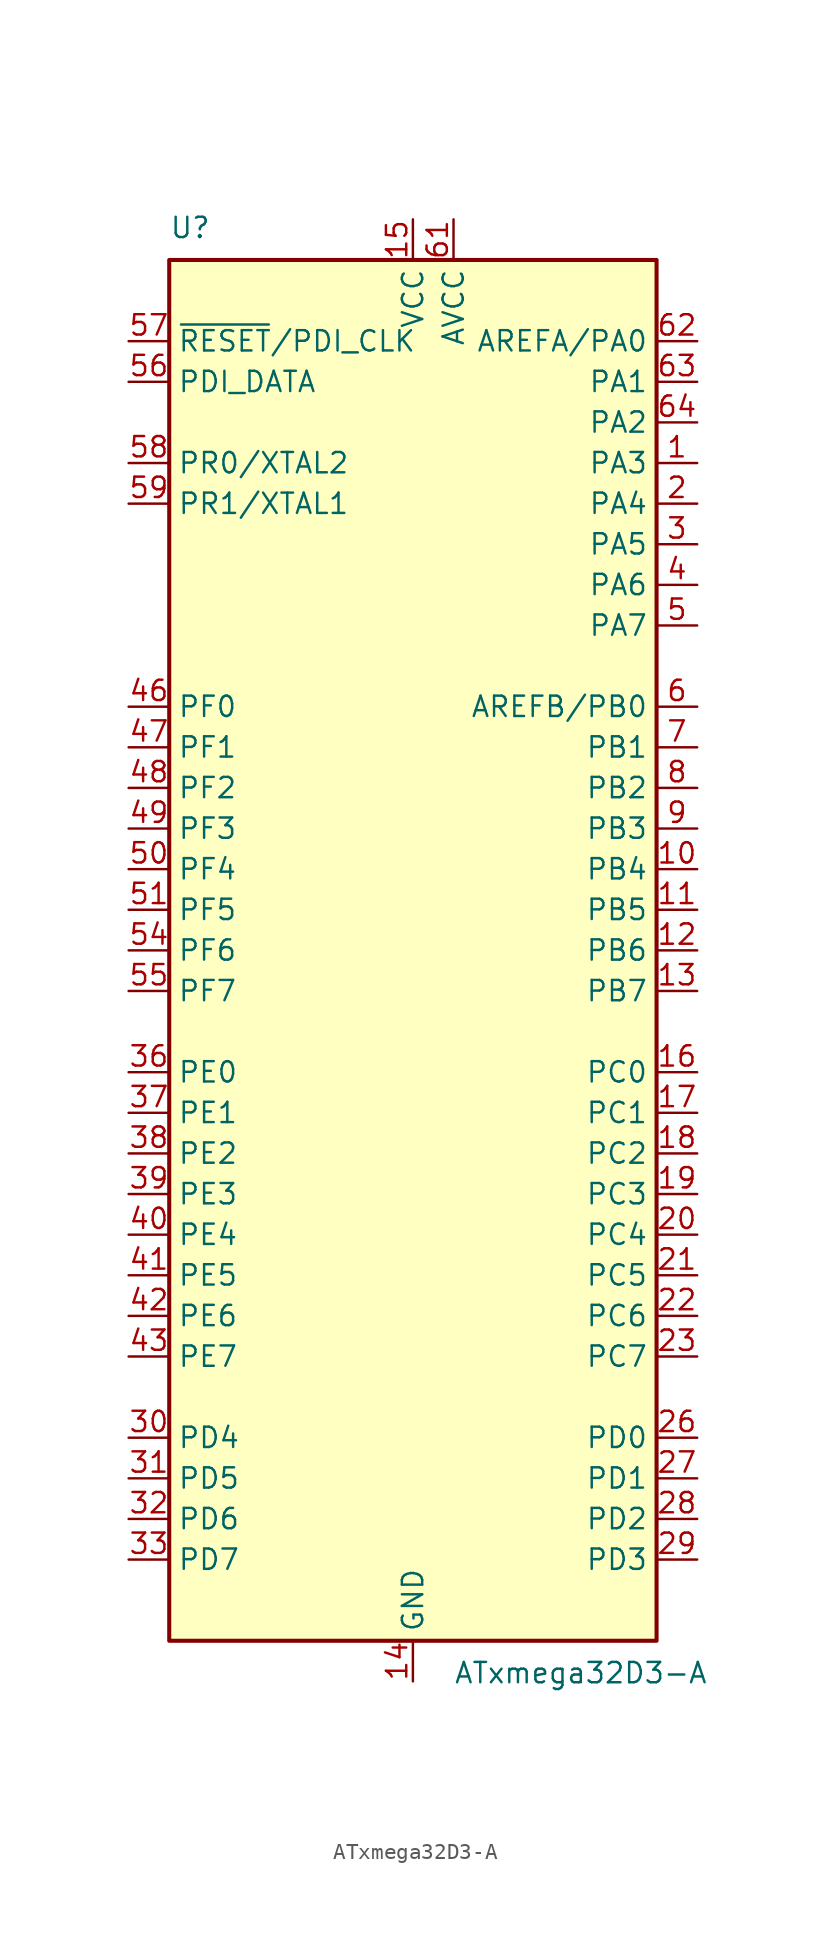
<source format=kicad_sym>
(kicad_symbol_lib
  (version 20201005)
  (generator kicad_symbol_editor)
  (symbol "ATxmega32D3-A"
    (property "Reference" "U"
      (at -15.24 44.45 0)
      (effects (font (size 1.27 1.27)) (justify left bottom)))
    (property "Value" "ATxmega32D3-A"
      (at 2.54 -44.45 0)
      (effects (font (size 1.27 1.27)) (justify left top)))
    (symbol "ATxmega32D3-A_0_1"
      (rectangle (start -15.24 -43.18) (end 15.24 43.18) (stroke (width 0.254)) (fill (type background))))
    (symbol "ATxmega32D3-A_1_1"
      (pin bidirectional line (at 17.78 30.48 180) (length 2.54) (name "PA3" (effects (font (size 1.27 1.27)))) (number "1" (effects (font (size 1.27 1.27)))))
      (pin bidirectional line (at 17.78 5.08 180) (length 2.54) (name "PB4" (effects (font (size 1.27 1.27)))) (number "10" (effects (font (size 1.27 1.27)))))
      (pin bidirectional line (at 17.78 2.54 180) (length 2.54) (name "PB5" (effects (font (size 1.27 1.27)))) (number "11" (effects (font (size 1.27 1.27)))))
      (pin bidirectional line (at 17.78 0 180) (length 2.54) (name "PB6" (effects (font (size 1.27 1.27)))) (number "12" (effects (font (size 1.27 1.27)))))
      (pin bidirectional line (at 17.78 -2.54 180) (length 2.54) (name "PB7" (effects (font (size 1.27 1.27)))) (number "13" (effects (font (size 1.27 1.27)))))
      (pin power_in line (at 0 -45.72 90) (length 2.54) (name "GND" (effects (font (size 1.27 1.27)))) (number "14" (effects (font (size 1.27 1.27)))))
      (pin power_in line (at 0 45.72 270) (length 2.54) (name "VCC" (effects (font (size 1.27 1.27)))) (number "15" (effects (font (size 1.27 1.27)))))
      (pin bidirectional line (at 17.78 -7.62 180) (length 2.54) (name "PC0" (effects (font (size 1.27 1.27)))) (number "16" (effects (font (size 1.27 1.27)))))
      (pin bidirectional line (at 17.78 -10.16 180) (length 2.54) (name "PC1" (effects (font (size 1.27 1.27)))) (number "17" (effects (font (size 1.27 1.27)))))
      (pin bidirectional line (at 17.78 -12.7 180) (length 2.54) (name "PC2" (effects (font (size 1.27 1.27)))) (number "18" (effects (font (size 1.27 1.27)))))
      (pin bidirectional line (at 17.78 -15.24 180) (length 2.54) (name "PC3" (effects (font (size 1.27 1.27)))) (number "19" (effects (font (size 1.27 1.27)))))
      (pin bidirectional line (at 17.78 27.94 180) (length 2.54) (name "PA4" (effects (font (size 1.27 1.27)))) (number "2" (effects (font (size 1.27 1.27)))))
      (pin bidirectional line (at 17.78 -17.78 180) (length 2.54) (name "PC4" (effects (font (size 1.27 1.27)))) (number "20" (effects (font (size 1.27 1.27)))))
      (pin bidirectional line (at 17.78 -20.32 180) (length 2.54) (name "PC5" (effects (font (size 1.27 1.27)))) (number "21" (effects (font (size 1.27 1.27)))))
      (pin bidirectional line (at 17.78 -22.86 180) (length 2.54) (name "PC6" (effects (font (size 1.27 1.27)))) (number "22" (effects (font (size 1.27 1.27)))))
      (pin bidirectional line (at 17.78 -25.4 180) (length 2.54) (name "PC7" (effects (font (size 1.27 1.27)))) (number "23" (effects (font (size 1.27 1.27)))))
      (pin passive line (at 0 -45.72 90) (length 2.54) hide (name "GND" (effects (font (size 1.27 1.27)))) (number "24" (effects (font (size 1.27 1.27)))))
      (pin passive line (at 0 45.72 270) (length 2.54) hide (name "VCC" (effects (font (size 1.27 1.27)))) (number "25" (effects (font (size 1.27 1.27)))))
      (pin bidirectional line (at 17.78 -30.48 180) (length 2.54) (name "PD0" (effects (font (size 1.27 1.27)))) (number "26" (effects (font (size 1.27 1.27)))))
      (pin bidirectional line (at 17.78 -33.02 180) (length 2.54) (name "PD1" (effects (font (size 1.27 1.27)))) (number "27" (effects (font (size 1.27 1.27)))))
      (pin bidirectional line (at 17.78 -35.56 180) (length 2.54) (name "PD2" (effects (font (size 1.27 1.27)))) (number "28" (effects (font (size 1.27 1.27)))))
      (pin bidirectional line (at 17.78 -38.1 180) (length 2.54) (name "PD3" (effects (font (size 1.27 1.27)))) (number "29" (effects (font (size 1.27 1.27)))))
      (pin bidirectional line (at 17.78 25.4 180) (length 2.54) (name "PA5" (effects (font (size 1.27 1.27)))) (number "3" (effects (font (size 1.27 1.27)))))
      (pin bidirectional line (at -17.78 -30.48 0) (length 2.54) (name "PD4" (effects (font (size 1.27 1.27)))) (number "30" (effects (font (size 1.27 1.27)))))
      (pin bidirectional line (at -17.78 -33.02 0) (length 2.54) (name "PD5" (effects (font (size 1.27 1.27)))) (number "31" (effects (font (size 1.27 1.27)))))
      (pin bidirectional line (at -17.78 -35.56 0) (length 2.54) (name "PD6" (effects (font (size 1.27 1.27)))) (number "32" (effects (font (size 1.27 1.27)))))
      (pin bidirectional line (at -17.78 -38.1 0) (length 2.54) (name "PD7" (effects (font (size 1.27 1.27)))) (number "33" (effects (font (size 1.27 1.27)))))
      (pin passive line (at 0 -45.72 90) (length 2.54) hide (name "GND" (effects (font (size 1.27 1.27)))) (number "34" (effects (font (size 1.27 1.27)))))
      (pin passive line (at 0 45.72 270) (length 2.54) hide (name "VCC" (effects (font (size 1.27 1.27)))) (number "35" (effects (font (size 1.27 1.27)))))
      (pin bidirectional line (at -17.78 -7.62 0) (length 2.54) (name "PE0" (effects (font (size 1.27 1.27)))) (number "36" (effects (font (size 1.27 1.27)))))
      (pin bidirectional line (at -17.78 -10.16 0) (length 2.54) (name "PE1" (effects (font (size 1.27 1.27)))) (number "37" (effects (font (size 1.27 1.27)))))
      (pin bidirectional line (at -17.78 -12.7 0) (length 2.54) (name "PE2" (effects (font (size 1.27 1.27)))) (number "38" (effects (font (size 1.27 1.27)))))
      (pin bidirectional line (at -17.78 -15.24 0) (length 2.54) (name "PE3" (effects (font (size 1.27 1.27)))) (number "39" (effects (font (size 1.27 1.27)))))
      (pin bidirectional line (at 17.78 22.86 180) (length 2.54) (name "PA6" (effects (font (size 1.27 1.27)))) (number "4" (effects (font (size 1.27 1.27)))))
      (pin bidirectional line (at -17.78 -17.78 0) (length 2.54) (name "PE4" (effects (font (size 1.27 1.27)))) (number "40" (effects (font (size 1.27 1.27)))))
      (pin bidirectional line (at -17.78 -20.32 0) (length 2.54) (name "PE5" (effects (font (size 1.27 1.27)))) (number "41" (effects (font (size 1.27 1.27)))))
      (pin bidirectional line (at -17.78 -22.86 0) (length 2.54) (name "PE6" (effects (font (size 1.27 1.27)))) (number "42" (effects (font (size 1.27 1.27)))))
      (pin bidirectional line (at -17.78 -25.4 0) (length 2.54) (name "PE7" (effects (font (size 1.27 1.27)))) (number "43" (effects (font (size 1.27 1.27)))))
      (pin passive line (at 0 -45.72 90) (length 2.54) hide (name "GND" (effects (font (size 1.27 1.27)))) (number "44" (effects (font (size 1.27 1.27)))))
      (pin passive line (at 0 45.72 270) (length 2.54) hide (name "VCC" (effects (font (size 1.27 1.27)))) (number "45" (effects (font (size 1.27 1.27)))))
      (pin bidirectional line (at -17.78 15.24 0) (length 2.54) (name "PF0" (effects (font (size 1.27 1.27)))) (number "46" (effects (font (size 1.27 1.27)))))
      (pin bidirectional line (at -17.78 12.7 0) (length 2.54) (name "PF1" (effects (font (size 1.27 1.27)))) (number "47" (effects (font (size 1.27 1.27)))))
      (pin bidirectional line (at -17.78 10.16 0) (length 2.54) (name "PF2" (effects (font (size 1.27 1.27)))) (number "48" (effects (font (size 1.27 1.27)))))
      (pin bidirectional line (at -17.78 7.62 0) (length 2.54) (name "PF3" (effects (font (size 1.27 1.27)))) (number "49" (effects (font (size 1.27 1.27)))))
      (pin bidirectional line (at 17.78 20.32 180) (length 2.54) (name "PA7" (effects (font (size 1.27 1.27)))) (number "5" (effects (font (size 1.27 1.27)))))
      (pin bidirectional line (at -17.78 5.08 0) (length 2.54) (name "PF4" (effects (font (size 1.27 1.27)))) (number "50" (effects (font (size 1.27 1.27)))))
      (pin bidirectional line (at -17.78 2.54 0) (length 2.54) (name "PF5" (effects (font (size 1.27 1.27)))) (number "51" (effects (font (size 1.27 1.27)))))
      (pin passive line (at 0 -45.72 90) (length 2.54) hide (name "GND" (effects (font (size 1.27 1.27)))) (number "52" (effects (font (size 1.27 1.27)))))
      (pin passive line (at 0 45.72 270) (length 2.54) hide (name "VCC" (effects (font (size 1.27 1.27)))) (number "53" (effects (font (size 1.27 1.27)))))
      (pin bidirectional line (at -17.78 0 0) (length 2.54) (name "PF6" (effects (font (size 1.27 1.27)))) (number "54" (effects (font (size 1.27 1.27)))))
      (pin bidirectional line (at -17.78 -2.54 0) (length 2.54) (name "PF7" (effects (font (size 1.27 1.27)))) (number "55" (effects (font (size 1.27 1.27)))))
      (pin bidirectional line (at -17.78 35.56 0) (length 2.54) (name "PDI_DATA" (effects (font (size 1.27 1.27)))) (number "56" (effects (font (size 1.27 1.27)))))
      (pin input line (at -17.78 38.1 0) (length 2.54) (name "~RESET~/PDI_CLK" (effects (font (size 1.27 1.27)))) (number "57" (effects (font (size 1.27 1.27)))))
      (pin bidirectional line (at -17.78 30.48 0) (length 2.54) (name "PR0/XTAL2" (effects (font (size 1.27 1.27)))) (number "58" (effects (font (size 1.27 1.27)))))
      (pin bidirectional line (at -17.78 27.94 0) (length 2.54) (name "PR1/XTAL1" (effects (font (size 1.27 1.27)))) (number "59" (effects (font (size 1.27 1.27)))))
      (pin bidirectional line (at 17.78 15.24 180) (length 2.54) (name "AREFB/PB0" (effects (font (size 1.27 1.27)))) (number "6" (effects (font (size 1.27 1.27)))))
      (pin passive line (at 0 -45.72 90) (length 2.54) hide (name "GND" (effects (font (size 1.27 1.27)))) (number "60" (effects (font (size 1.27 1.27)))))
      (pin power_in line (at 2.54 45.72 270) (length 2.54) (name "AVCC" (effects (font (size 1.27 1.27)))) (number "61" (effects (font (size 1.27 1.27)))))
      (pin bidirectional line (at 17.78 38.1 180) (length 2.54) (name "AREFA/PA0" (effects (font (size 1.27 1.27)))) (number "62" (effects (font (size 1.27 1.27)))))
      (pin bidirectional line (at 17.78 35.56 180) (length 2.54) (name "PA1" (effects (font (size 1.27 1.27)))) (number "63" (effects (font (size 1.27 1.27)))))
      (pin bidirectional line (at 17.78 33.02 180) (length 2.54) (name "PA2" (effects (font (size 1.27 1.27)))) (number "64" (effects (font (size 1.27 1.27)))))
      (pin bidirectional line (at 17.78 12.7 180) (length 2.54) (name "PB1" (effects (font (size 1.27 1.27)))) (number "7" (effects (font (size 1.27 1.27)))))
      (pin bidirectional line (at 17.78 10.16 180) (length 2.54) (name "PB2" (effects (font (size 1.27 1.27)))) (number "8" (effects (font (size 1.27 1.27)))))
      (pin bidirectional line (at 17.78 7.62 180) (length 2.54) (name "PB3" (effects (font (size 1.27 1.27)))) (number "9" (effects (font (size 1.27 1.27))))))))
</source>
